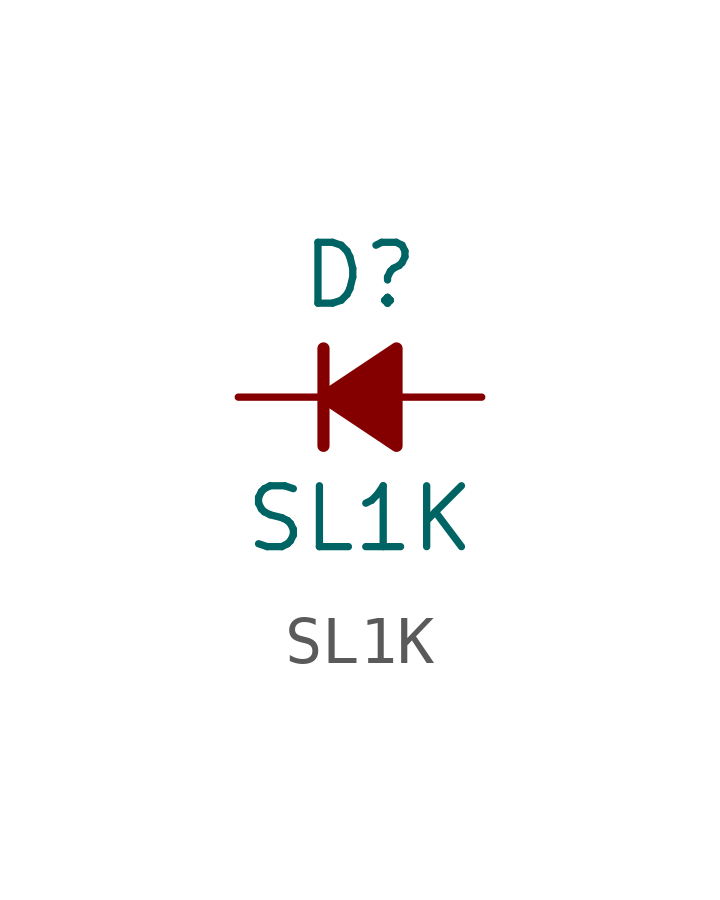
<source format=kicad_sym>
(kicad_symbol_lib
  (version 20210619)
  (generator kicad_symbol_editor)
  (symbol "ulib_Diode_Rectifying_SMD:SL1K"
    (pin_numbers hide)
    (pin_names hide)
    (property "Reference" "D"
      (at 0 2.54 0)
      (effects (font (size 1.27 1.27))))
    (property "Value" "SL1K"
      (at 0 -2.54 0)
      (effects (font (size 1.27 1.27))))
    (symbol "SL1K_0_1"
      (polyline (pts (xy -0.762 -1.016) (xy -0.762 1.016)) (stroke (width 0.254)) (fill (type none)))
      (polyline (pts (xy -0.762 0) (xy 0.762 0)) (stroke (width 0)) (fill (type none)))
      (polyline (pts (xy 0.762 -1.016) (xy -0.762 0) (xy 0.762 1.016) (xy 0.762 -1.016)) (stroke (width 0.254)) (fill (type outline))))
    (symbol "SL1K_1_1"
      (pin passive line (at -2.54 0 0) (length 1.778) (name "K" (effects (font (size 1.27 1.27)))) (number "1" (effects (font (size 1.27 1.27)))))
      (pin passive line (at 2.54 0 180) (length 1.778) (name "A" (effects (font (size 1.27 1.27)))) (number "2" (effects (font (size 1.27 1.27))))))))
</source>
